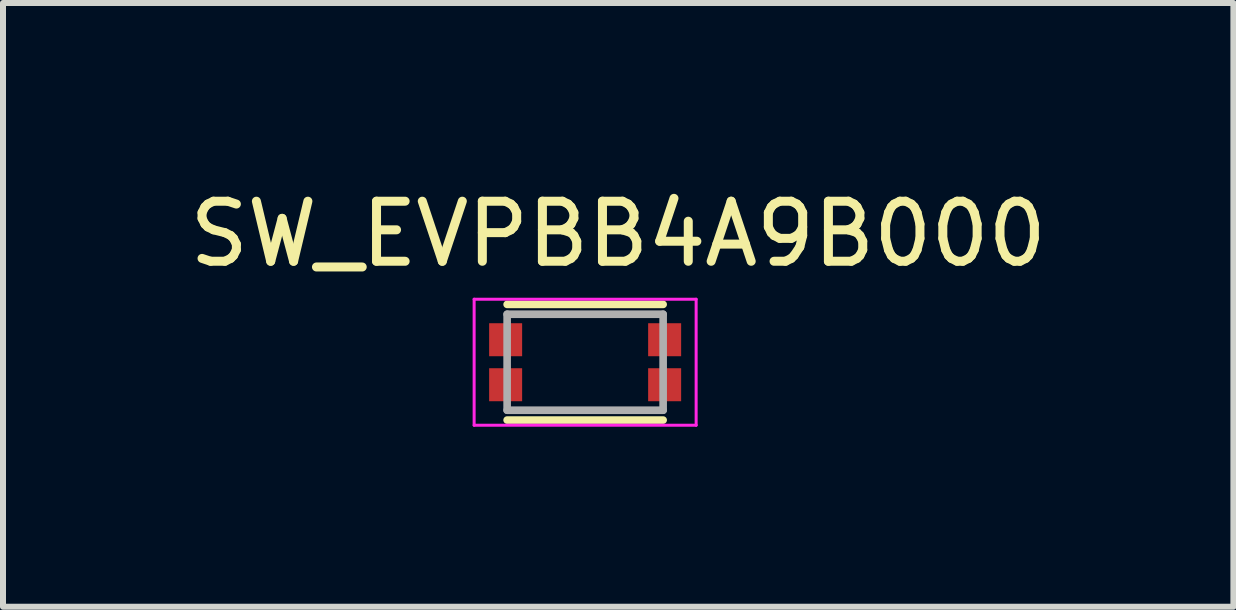
<source format=kicad_pcb>
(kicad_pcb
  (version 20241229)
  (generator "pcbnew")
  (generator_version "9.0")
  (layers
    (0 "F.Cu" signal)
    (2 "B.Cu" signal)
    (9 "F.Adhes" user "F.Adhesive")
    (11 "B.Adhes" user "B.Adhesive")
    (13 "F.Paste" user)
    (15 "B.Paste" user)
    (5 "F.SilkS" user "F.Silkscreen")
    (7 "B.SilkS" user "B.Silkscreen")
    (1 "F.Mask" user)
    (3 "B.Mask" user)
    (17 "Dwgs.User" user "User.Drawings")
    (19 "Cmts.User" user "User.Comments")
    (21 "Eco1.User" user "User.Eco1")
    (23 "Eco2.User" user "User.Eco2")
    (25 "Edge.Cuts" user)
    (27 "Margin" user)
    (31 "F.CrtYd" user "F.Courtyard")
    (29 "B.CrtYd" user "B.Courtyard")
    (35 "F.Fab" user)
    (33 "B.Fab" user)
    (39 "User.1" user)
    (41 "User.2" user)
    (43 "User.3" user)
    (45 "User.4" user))
  (footprint "SW_EVPBB4A9B000"
    (layer "F.Cu")
    (at 6.702 2.987)
    (property "Reference" "SW_EVPBB4A9B000" (at 0.551 -2.138 0) (layer "F.SilkS") (effects (font (size 1.001 1.001) (thickness 0.15))))
    (attr smd)
    (fp_line (start -1.3 -0.964) (end 1.3 -0.964) (stroke (width 0.127) (type solid)) (layer "F.SilkS"))
    (fp_line (start -1.3 0.964) (end 1.3 0.964) (stroke (width 0.127) (type solid)) (layer "F.SilkS"))
    (fp_poly (pts (xy -1.55 -0.6) (xy -1.1 -0.6) (xy -1.1 -0.15) (xy -1.55 -0.15)) (stroke (width 0.01) (type solid)) (fill yes) (layer "F.Paste"))
    (fp_poly (pts (xy -1.55 0.15) (xy -1.1 0.15) (xy -1.1 0.6) (xy -1.55 0.6)) (stroke (width 0.01) (type solid)) (fill yes) (layer "F.Paste"))
    (fp_poly (pts (xy 1.1 -0.6) (xy 1.55 -0.6) (xy 1.55 -0.15) (xy 1.1 -0.15)) (stroke (width 0.01) (type solid)) (fill yes) (layer "F.Paste"))
    (fp_poly (pts (xy 1.1 0.15) (xy 1.55 0.15) (xy 1.55 0.6) (xy 1.1 0.6)) (stroke (width 0.01) (type solid)) (fill yes) (layer "F.Paste"))
    (fp_line (start -1.85 -1.05) (end 1.85 -1.05) (stroke (width 0.05) (type solid)) (layer "F.CrtYd"))
    (fp_line (start -1.85 1.05) (end -1.85 -1.05) (stroke (width 0.05) (type solid)) (layer "F.CrtYd"))
    (fp_line (start 1.85 -1.05) (end 1.85 1.05) (stroke (width 0.05) (type solid)) (layer "F.CrtYd"))
    (fp_line (start 1.85 1.05) (end -1.85 1.05) (stroke (width 0.05) (type solid)) (layer "F.CrtYd"))
    (fp_line (start -1.3 -0.8) (end 1.3 -0.8) (stroke (width 0.127) (type solid)) (layer "F.Fab"))
    (fp_line (start -1.3 0.8) (end -1.3 -0.8) (stroke (width 0.127) (type solid)) (layer "F.Fab"))
    (fp_line (start 1.3 -0.8) (end 1.3 0.8) (stroke (width 0.127) (type solid)) (layer "F.Fab"))
    (fp_line (start 1.3 0.8) (end -1.3 0.8) (stroke (width 0.127) (type solid)) (layer "F.Fab"))
    (pad "A1" smd rect (at -1.325 -0.375) (size 0.55 0.55) (layers "F.Cu" "F.Mask"))
    (pad "A2" smd rect (at -1.325 0.375) (size 0.55 0.55) (layers "F.Cu" "F.Mask"))
    (pad "B1" smd rect (at 1.325 -0.375) (size 0.55 0.55) (layers "F.Cu" "F.Mask"))
    (pad "B2" smd rect (at 1.325 0.375) (size 0.55 0.55) (layers "F.Cu" "F.Mask"))
    (zone (net_name "") (layer "F.Cu") (hatch full 0.508) (connect_pads) (min_thickness 0.01) (filled_areas_thickness no) (keepout (tracks not_allowed) (vias not_allowed) (pads not_allowed) (copperpour not_allowed) (footprints allowed)) (placement (enabled no)) (fill) (polygon (pts (xy 5.7 2.187) (xy 7.702 2.187) (xy 7.702 3.789) (xy 5.7 3.789)))))
  (gr_rect
    (start -3 -3)
    (end 17.506 7.062)
    (stroke (width 0.1) (type default))
    (fill no)
    (layer "Edge.Cuts")))
</source>
